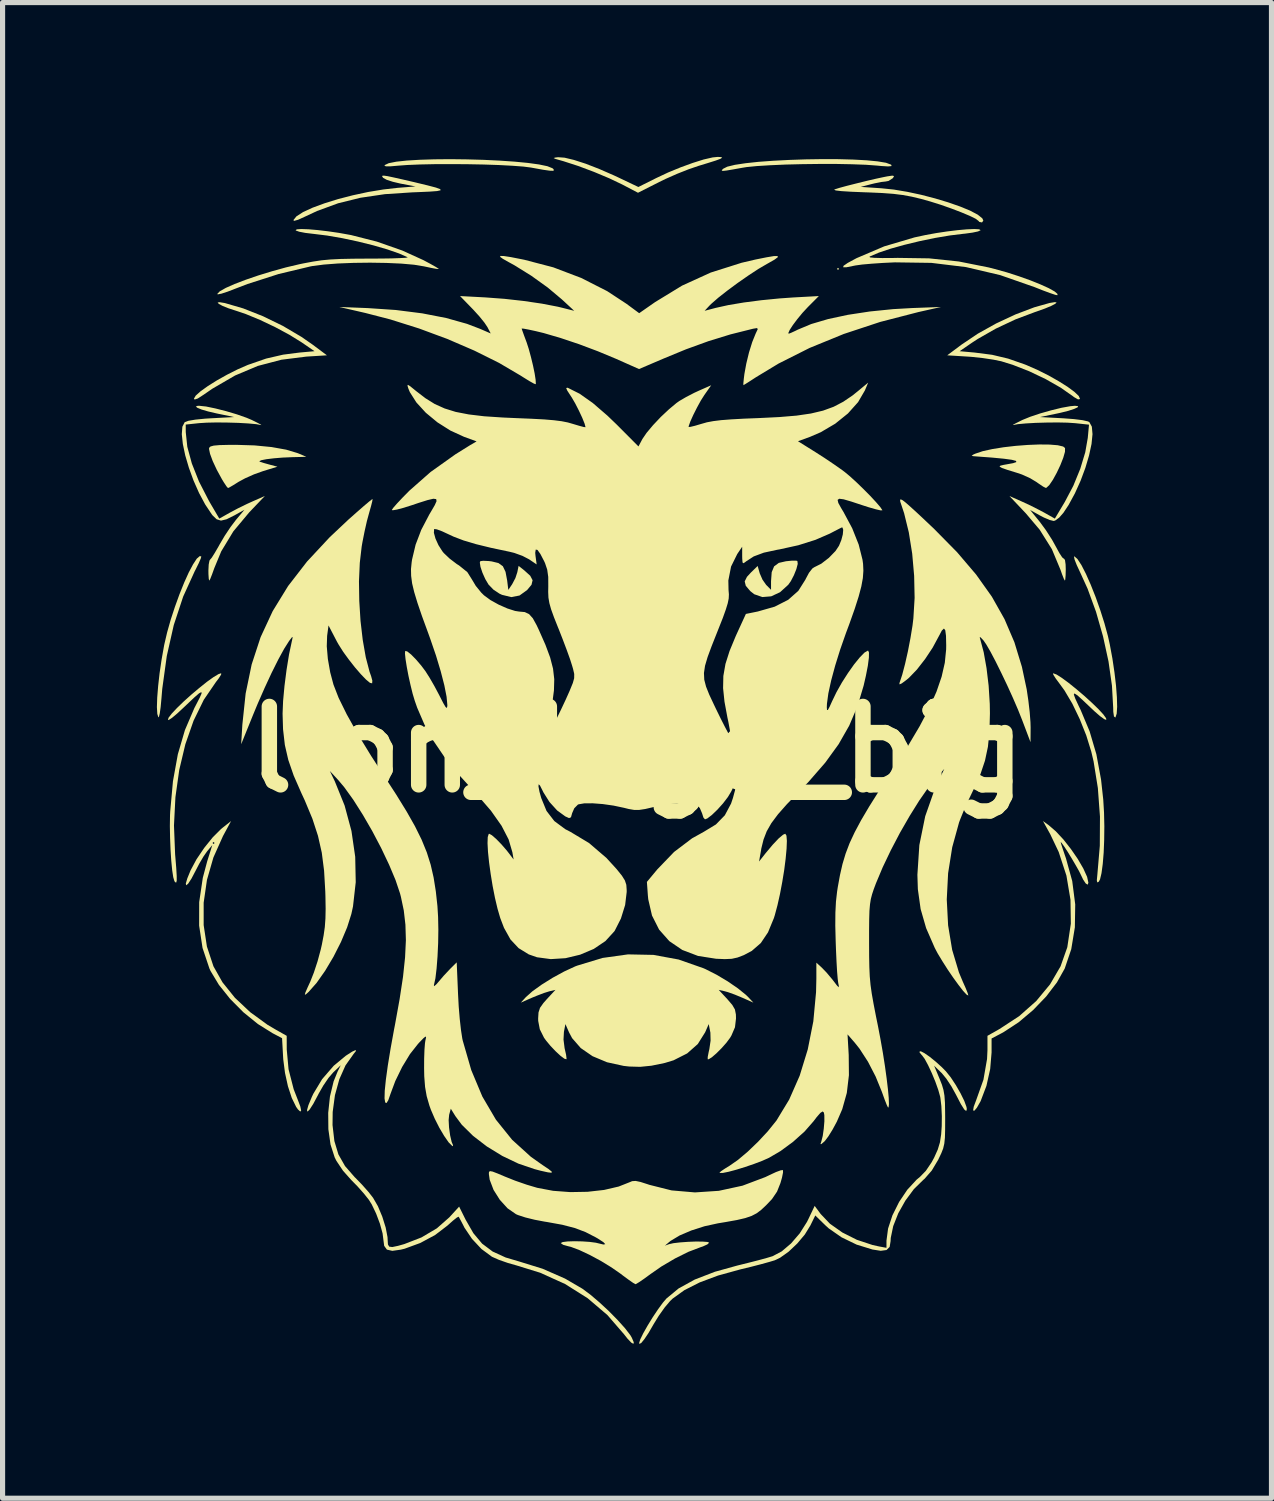
<source format=kicad_pcb>
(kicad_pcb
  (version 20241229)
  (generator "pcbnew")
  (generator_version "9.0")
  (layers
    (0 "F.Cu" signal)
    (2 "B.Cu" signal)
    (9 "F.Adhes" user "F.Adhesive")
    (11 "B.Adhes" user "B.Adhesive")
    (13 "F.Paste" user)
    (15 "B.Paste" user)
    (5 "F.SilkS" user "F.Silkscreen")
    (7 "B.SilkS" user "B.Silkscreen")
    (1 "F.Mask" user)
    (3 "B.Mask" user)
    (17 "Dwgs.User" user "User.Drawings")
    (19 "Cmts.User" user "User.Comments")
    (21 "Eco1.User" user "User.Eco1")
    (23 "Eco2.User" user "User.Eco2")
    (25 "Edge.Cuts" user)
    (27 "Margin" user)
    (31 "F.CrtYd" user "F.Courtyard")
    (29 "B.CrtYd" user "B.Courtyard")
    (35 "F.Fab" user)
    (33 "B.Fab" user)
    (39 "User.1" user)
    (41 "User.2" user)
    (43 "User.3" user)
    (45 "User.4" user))
  (footprint "lion_logo_big"
    (layer "F.Cu")
    (at 9.334 11.517)
    (property "Reference" "lion_logo_big" (at 0 0 0) (layer "F.SilkS") (effects (font (size 1.524 1.524) (thickness 0.3))))
    (attr through_hole)
    (fp_poly (pts (xy 3.926 -9.34) (xy 3.906 -9.32) (xy 3.886 -9.34) (xy 3.906 -9.36)) (stroke (width 0) (type solid)) (fill yes) (layer "F.SilkS"))
    (fp_poly (pts (xy 3.095 -3.668) (xy 3.116 -3.662) (xy 3.123 -3.606) (xy 3.097 -3.506) (xy 3.049 -3.386) (xy 2.988 -3.269) (xy 2.939 -3.2) (xy 2.779 -3.055) (xy 2.607 -2.975) (xy 2.435 -2.961) (xy 2.277 -3.016) (xy 2.2 -3.077) (xy 2.113 -3.18) (xy 2.092 -3.265) (xy 2.136 -3.354) (xy 2.213 -3.438) (xy 2.344 -3.565) (xy 2.384 -3.423) (xy 2.438 -3.299) (xy 2.511 -3.195) (xy 2.515 -3.192) (xy 2.604 -3.102) (xy 2.604 -3.269) (xy 2.617 -3.445) (xy 2.664 -3.558) (xy 2.755 -3.625) (xy 2.894 -3.657) (xy 3.013 -3.669)) (stroke (width 0) (type solid)) (fill yes) (layer "F.SilkS"))
    (fp_poly (pts (xy -2.885 -3.661) (xy -2.827 -3.654) (xy -2.695 -3.622) (xy -2.609 -3.56) (xy -2.557 -3.451) (xy -2.525 -3.28) (xy -2.503 -3.1) (xy -2.428 -3.211) (xy -2.365 -3.331) (xy -2.328 -3.444) (xy -2.303 -3.567) (xy -2.193 -3.48) (xy -2.077 -3.375) (xy -2.031 -3.288) (xy -2.052 -3.2) (xy -2.137 -3.098) (xy -2.285 -2.991) (xy -2.445 -2.96) (xy -2.625 -3.004) (xy -2.675 -3.027) (xy -2.791 -3.104) (xy -2.886 -3.202) (xy -2.887 -3.203) (xy -2.951 -3.311) (xy -3.006 -3.434) (xy -3.044 -3.548) (xy -3.057 -3.631) (xy -3.047 -3.659) (xy -2.99 -3.666)) (stroke (width 0) (type solid)) (fill yes) (layer "F.SilkS"))
    (fp_poly (pts (xy 8.561 -3.699) (xy 8.638 -3.582) (xy 8.725 -3.412) (xy 8.818 -3.202) (xy 8.913 -2.963) (xy 9.003 -2.709) (xy 9.085 -2.451) (xy 9.153 -2.202) (xy 9.189 -2.04) (xy 9.24 -1.765) (xy 9.28 -1.495) (xy 9.31 -1.24) (xy 9.327 -1.014) (xy 9.332 -0.827) (xy 9.323 -0.694) (xy 9.3 -0.624) (xy 9.295 -0.62) (xy 9.27 -0.64) (xy 9.257 -0.73) (xy 9.255 -0.809) (xy 9.231 -1.239) (xy 9.164 -1.709) (xy 9.058 -2.195) (xy 8.921 -2.675) (xy 8.757 -3.124) (xy 8.613 -3.44) (xy 8.547 -3.582) (xy 8.505 -3.688) (xy 8.493 -3.746) (xy 8.501 -3.752)) (stroke (width 0) (type solid)) (fill yes) (layer "F.SilkS"))
    (fp_poly (pts (xy -8.471 -3.751) (xy -8.481 -3.711) (xy -8.521 -3.619) (xy -8.583 -3.493) (xy -8.597 -3.467) (xy -8.823 -2.971) (xy -9.006 -2.417) (xy -9.142 -1.815) (xy -9.23 -1.177) (xy -9.246 -0.986) (xy -9.261 -0.824) (xy -9.278 -0.701) (xy -9.295 -0.631) (xy -9.305 -0.623) (xy -9.326 -0.689) (xy -9.334 -0.821) (xy -9.328 -1.006) (xy -9.31 -1.23) (xy -9.282 -1.48) (xy -9.243 -1.745) (xy -9.196 -2.009) (xy -9.19 -2.04) (xy -9.135 -2.275) (xy -9.065 -2.523) (xy -8.983 -2.773) (xy -8.895 -3.016) (xy -8.804 -3.242) (xy -8.715 -3.439) (xy -8.631 -3.597) (xy -8.559 -3.707) (xy -8.501 -3.757)) (stroke (width 0) (type solid)) (fill yes) (layer "F.SilkS"))
    (fp_poly (pts (xy -3.312 -11.469) (xy -2.989 -11.46) (xy -2.675 -11.445) (xy -2.383 -11.425) (xy -2.123 -11.4) (xy -1.905 -11.37) (xy -1.743 -11.336) (xy -1.646 -11.297) (xy -1.633 -11.287) (xy -1.614 -11.26) (xy -1.633 -11.247) (xy -1.698 -11.249) (xy -1.82 -11.266) (xy -2.008 -11.3) (xy -2.063 -11.31) (xy -2.211 -11.329) (xy -2.424 -11.345) (xy -2.687 -11.359) (xy -2.984 -11.369) (xy -3.301 -11.375) (xy -3.622 -11.377) (xy -3.933 -11.376) (xy -4.218 -11.37) (xy -4.462 -11.36) (xy -4.627 -11.348) (xy -4.792 -11.334) (xy -4.884 -11.334) (xy -4.911 -11.348) (xy -4.904 -11.359) (xy -4.827 -11.395) (xy -4.68 -11.424) (xy -4.477 -11.446) (xy -4.227 -11.461) (xy -3.942 -11.47) (xy -3.633 -11.473)) (stroke (width 0) (type solid)) (fill yes) (layer "F.SilkS"))
    (fp_poly (pts (xy 1.634 -11.513) (xy 1.654 -11.502) (xy 1.621 -11.48) (xy 1.529 -11.446) (xy 1.37 -11.396) (xy 1.193 -11.342) (xy 1.003 -11.277) (xy 0.778 -11.188) (xy 0.552 -11.088) (xy 0.431 -11.029) (xy 0.018 -10.82) (xy -0.291 -10.982) (xy -0.543 -11.102) (xy -0.839 -11.226) (xy -1.146 -11.341) (xy -1.43 -11.433) (xy -1.482 -11.448) (xy -1.588 -11.478) (xy -1.622 -11.495) (xy -1.591 -11.504) (xy -1.536 -11.511) (xy -1.41 -11.502) (xy -1.227 -11.458) (xy -0.997 -11.384) (xy -0.735 -11.282) (xy -0.451 -11.158) (xy -0.378 -11.124) (xy 0.025 -10.932) (xy 0.375 -11.107) (xy 0.605 -11.215) (xy 0.846 -11.314) (xy 1.082 -11.4) (xy 1.295 -11.467) (xy 1.469 -11.507) (xy 1.568 -11.517)) (stroke (width 0) (type solid)) (fill yes) (layer "F.SilkS"))
    (fp_poly (pts (xy 3.912 -11.473) (xy 4.204 -11.465) (xy 4.463 -11.451) (xy 4.678 -11.43) (xy 4.839 -11.403) (xy 4.933 -11.368) (xy 4.945 -11.359) (xy 4.943 -11.338) (xy 4.879 -11.332) (xy 4.747 -11.34) (xy 4.667 -11.348) (xy 4.45 -11.364) (xy 4.18 -11.374) (xy 3.873 -11.38) (xy 3.544 -11.38) (xy 3.21 -11.376) (xy 2.886 -11.368) (xy 2.587 -11.355) (xy 2.329 -11.339) (xy 2.127 -11.319) (xy 2.053 -11.307) (xy 1.863 -11.273) (xy 1.739 -11.252) (xy 1.671 -11.245) (xy 1.646 -11.249) (xy 1.653 -11.266) (xy 1.674 -11.287) (xy 1.754 -11.327) (xy 1.902 -11.363) (xy 2.108 -11.394) (xy 2.359 -11.421) (xy 2.645 -11.442) (xy 2.955 -11.458) (xy 3.277 -11.469) (xy 3.599 -11.474)) (stroke (width 0) (type solid)) (fill yes) (layer "F.SilkS"))
    (fp_poly (pts (xy -7.437 -5.909) (xy -7.106 -5.877) (xy -6.821 -5.826) (xy -6.596 -5.758) (xy -6.569 -5.747) (xy -6.43 -5.687) (xy -6.711 -5.68) (xy -6.893 -5.672) (xy -7.062 -5.658) (xy -7.202 -5.641) (xy -7.301 -5.622) (xy -7.342 -5.603) (xy -7.332 -5.591) (xy -7.253 -5.566) (xy -7.142 -5.535) (xy -7.131 -5.532) (xy -6.991 -5.495) (xy -7.271 -5.409) (xy -7.447 -5.346) (xy -7.622 -5.268) (xy -7.744 -5.202) (xy -7.851 -5.135) (xy -7.927 -5.091) (xy -7.952 -5.08) (xy -7.98 -5.111) (xy -8.033 -5.191) (xy -8.069 -5.25) (xy -8.169 -5.433) (xy -8.249 -5.604) (xy -8.301 -5.745) (xy -8.321 -5.841) (xy -8.318 -5.863) (xy -8.292 -5.888) (xy -8.229 -5.905) (xy -8.116 -5.915) (xy -7.944 -5.919) (xy -7.797 -5.92)) (stroke (width 0) (type solid)) (fill yes) (layer "F.SilkS"))
    (fp_poly (pts (xy -4.851 -11.143) (xy -4.733 -11.118) (xy -4.555 -11.078) (xy -4.31 -11.021) (xy -4.307 -11.02) (xy -4.071 -10.963) (xy -3.911 -10.921) (xy -3.826 -10.89) (xy -3.819 -10.868) (xy -3.888 -10.853) (xy -4.036 -10.842) (xy -4.263 -10.832) (xy -4.367 -10.828) (xy -4.9 -10.793) (xy -5.376 -10.723) (xy -5.81 -10.616) (xy -6.219 -10.466) (xy -6.464 -10.352) (xy -6.59 -10.295) (xy -6.665 -10.274) (xy -6.682 -10.287) (xy -6.621 -10.362) (xy -6.492 -10.445) (xy -6.307 -10.53) (xy -6.076 -10.615) (xy -5.812 -10.697) (xy -5.526 -10.771) (xy -5.228 -10.835) (xy -4.931 -10.884) (xy -4.66 -10.915) (xy -4.307 -10.943) (xy -4.598 -10.998) (xy -4.747 -11.033) (xy -4.867 -11.072) (xy -4.935 -11.109) (xy -4.937 -11.112) (xy -4.955 -11.136) (xy -4.953 -11.15) (xy -4.922 -11.153)) (stroke (width 0) (type solid)) (fill yes) (layer "F.SilkS"))
    (fp_poly (pts (xy -8.018 -8.677) (xy -8.013 -8.676) (xy -7.656 -8.572) (xy -7.272 -8.42) (xy -6.886 -8.232) (xy -6.525 -8.019) (xy -6.31 -7.87) (xy -6.029 -7.66) (xy -6.43 -7.635) (xy -6.915 -7.574) (xy -7.372 -7.454) (xy -7.814 -7.268) (xy -8.256 -7.011) (xy -8.423 -6.896) (xy -8.539 -6.821) (xy -8.601 -6.8) (xy -8.614 -6.818) (xy -8.579 -6.877) (xy -8.485 -6.961) (xy -8.344 -7.062) (xy -8.169 -7.172) (xy -7.973 -7.282) (xy -7.769 -7.385) (xy -7.57 -7.472) (xy -7.554 -7.478) (xy -7.21 -7.597) (xy -6.88 -7.673) (xy -6.56 -7.714) (xy -6.27 -7.74) (xy -6.519 -7.911) (xy -6.756 -8.058) (xy -7.035 -8.208) (xy -7.327 -8.347) (xy -7.605 -8.462) (xy -7.792 -8.525) (xy -7.942 -8.574) (xy -8.057 -8.62) (xy -8.131 -8.66) (xy -8.154 -8.686) (xy -8.119 -8.693)) (stroke (width 0) (type solid)) (fill yes) (layer "F.SilkS"))
    (fp_poly (pts (xy 8.019 -5.925) (xy 8.178 -5.912) (xy 8.283 -5.887) (xy 8.319 -5.858) (xy 8.318 -5.785) (xy 8.284 -5.667) (xy 8.228 -5.525) (xy 8.158 -5.377) (xy 8.084 -5.242) (xy 8.014 -5.139) (xy 7.958 -5.086) (xy 7.943 -5.083) (xy 7.895 -5.107) (xy 7.81 -5.164) (xy 7.765 -5.196) (xy 7.641 -5.271) (xy 7.482 -5.343) (xy 7.384 -5.376) (xy 7.202 -5.432) (xy 7.092 -5.47) (xy 7.046 -5.496) (xy 7.061 -5.515) (xy 7.129 -5.531) (xy 7.181 -5.54) (xy 7.311 -5.564) (xy 7.373 -5.586) (xy 7.365 -5.608) (xy 7.285 -5.629) (xy 7.131 -5.65) (xy 6.901 -5.672) (xy 6.63 -5.692) (xy 6.531 -5.7) (xy 6.504 -5.711) (xy 6.542 -5.734) (xy 6.577 -5.749) (xy 6.72 -5.797) (xy 6.907 -5.838) (xy 7.125 -5.873) (xy 7.359 -5.9) (xy 7.595 -5.918) (xy 7.82 -5.927)) (stroke (width 0) (type solid)) (fill yes) (layer "F.SilkS"))
    (fp_poly (pts (xy 8.155 -8.688) (xy 8.13 -8.662) (xy 8.052 -8.621) (xy 7.927 -8.569) (xy 7.762 -8.51) (xy 7.732 -8.5) (xy 7.357 -8.359) (xy 6.974 -8.179) (xy 6.622 -7.978) (xy 6.51 -7.905) (xy 6.27 -7.74) (xy 6.56 -7.714) (xy 6.902 -7.67) (xy 7.213 -7.596) (xy 7.537 -7.483) (xy 7.572 -7.469) (xy 7.786 -7.375) (xy 7.998 -7.269) (xy 8.195 -7.157) (xy 8.367 -7.049) (xy 8.501 -6.95) (xy 8.586 -6.869) (xy 8.61 -6.813) (xy 8.609 -6.81) (xy 8.572 -6.803) (xy 8.495 -6.847) (xy 8.473 -6.864) (xy 8.235 -7.031) (xy 7.944 -7.197) (xy 7.625 -7.349) (xy 7.303 -7.475) (xy 7.077 -7.545) (xy 6.924 -7.576) (xy 6.724 -7.606) (xy 6.513 -7.629) (xy 6.43 -7.635) (xy 6.029 -7.66) (xy 6.31 -7.87) (xy 6.624 -8.081) (xy 6.981 -8.28) (xy 7.356 -8.455) (xy 7.723 -8.594) (xy 8.017 -8.677) (xy 8.12 -8.694)) (stroke (width 0) (type solid)) (fill yes) (layer "F.SilkS"))
    (fp_poly (pts (xy 4.995 -11.145) (xy 4.977 -11.111) (xy 4.971 -11.103) (xy 4.889 -11.05) (xy 4.833 -11.039) (xy 4.745 -11.029) (xy 4.617 -11.003) (xy 4.547 -10.986) (xy 4.347 -10.934) (xy 4.751 -10.907) (xy 4.991 -10.882) (xy 5.253 -10.838) (xy 5.524 -10.78) (xy 5.793 -10.71) (xy 6.049 -10.633) (xy 6.281 -10.552) (xy 6.475 -10.472) (xy 6.622 -10.394) (xy 6.71 -10.324) (xy 6.731 -10.279) (xy 6.705 -10.243) (xy 6.654 -10.253) (xy 6.633 -10.276) (xy 6.579 -10.316) (xy 6.464 -10.372) (xy 6.302 -10.44) (xy 6.111 -10.513) (xy 5.904 -10.586) (xy 5.697 -10.651) (xy 5.523 -10.7) (xy 5.339 -10.744) (xy 5.165 -10.776) (xy 4.981 -10.799) (xy 4.763 -10.815) (xy 4.492 -10.827) (xy 4.428 -10.829) (xy 4.159 -10.84) (xy 3.97 -10.852) (xy 3.861 -10.865) (xy 3.831 -10.88) (xy 3.842 -10.886) (xy 3.933 -10.915) (xy 4.08 -10.955) (xy 4.262 -11.001) (xy 4.456 -11.049) (xy 4.64 -11.092) (xy 4.794 -11.125) (xy 4.865 -11.139) (xy 4.962 -11.153)) (stroke (width 0) (type solid)) (fill yes) (layer "F.SilkS"))
    (fp_poly (pts (xy 8.152 -1.456) (xy 8.258 -1.389) (xy 8.392 -1.29) (xy 8.541 -1.17) (xy 8.695 -1.039) (xy 8.841 -0.906) (xy 8.968 -0.783) (xy 9.064 -0.679) (xy 9.117 -0.605) (xy 9.121 -0.573) (xy 9.082 -0.587) (xy 9 -0.646) (xy 8.891 -0.741) (xy 8.823 -0.805) (xy 8.664 -0.956) (xy 8.559 -1.051) (xy 8.502 -1.088) (xy 8.49 -1.066) (xy 8.519 -0.985) (xy 8.585 -0.843) (xy 8.622 -0.767) (xy 8.797 -0.35) (xy 8.928 0.095) (xy 9.019 0.586) (xy 9.062 0.978) (xy 9.077 1.231) (xy 9.083 1.496) (xy 9.08 1.76) (xy 9.07 2.008) (xy 9.052 2.228) (xy 9.028 2.406) (xy 8.999 2.528) (xy 8.973 2.574) (xy 8.945 2.586) (xy 8.937 2.543) (xy 8.947 2.437) (xy 8.995 1.875) (xy 8.998 1.306) (xy 8.957 0.751) (xy 8.874 0.234) (xy 8.829 0.043) (xy 8.732 -0.27) (xy 8.605 -0.588) (xy 8.461 -0.888) (xy 8.308 -1.146) (xy 8.218 -1.27) (xy 8.14 -1.375) (xy 8.092 -1.45) (xy 8.085 -1.48) (xy 8.086 -1.48)) (stroke (width 0) (type solid)) (fill yes) (layer "F.SilkS"))
    (fp_poly (pts (xy -8.086 -1.453) (xy -8.131 -1.382) (xy -8.186 -1.31) (xy -8.422 -0.965) (xy -8.621 -0.558) (xy -8.781 -0.1) (xy -8.9 0.4) (xy -8.974 0.929) (xy -9.002 1.479) (xy -8.98 2.039) (xy -8.977 2.076) (xy -8.958 2.305) (xy -8.949 2.461) (xy -8.949 2.554) (xy -8.96 2.591) (xy -8.981 2.579) (xy -8.994 2.56) (xy -9.016 2.486) (xy -9.037 2.348) (xy -9.055 2.163) (xy -9.069 1.948) (xy -9.078 1.718) (xy -9.082 1.49) (xy -9.079 1.28) (xy -9.075 1.204) (xy -9.022 0.619) (xy -8.927 0.095) (xy -8.789 -0.376) (xy -8.606 -0.803) (xy -8.568 -0.876) (xy -8.501 -1.006) (xy -8.466 -1.086) (xy -8.469 -1.114) (xy -8.514 -1.09) (xy -8.604 -1.012) (xy -8.745 -0.879) (xy -8.823 -0.805) (xy -8.942 -0.695) (xy -9.04 -0.613) (xy -9.103 -0.572) (xy -9.118 -0.57) (xy -9.109 -0.613) (xy -9.047 -0.694) (xy -8.945 -0.803) (xy -8.814 -0.93) (xy -8.666 -1.063) (xy -8.512 -1.193) (xy -8.365 -1.311) (xy -8.235 -1.404) (xy -8.135 -1.464) (xy -8.084 -1.48)) (stroke (width 0) (type solid)) (fill yes) (layer "F.SilkS"))
    (fp_poly (pts (xy 6.649 -10.11) (xy 6.678 -10.093) (xy 6.677 -10.091) (xy 6.628 -10.068) (xy 6.519 -10.045) (xy 6.374 -10.025) (xy 6.341 -10.022) (xy 6.08 -9.99) (xy 5.79 -9.941) (xy 5.491 -9.879) (xy 5.198 -9.808) (xy 4.929 -9.733) (xy 4.702 -9.657) (xy 4.535 -9.586) (xy 4.516 -9.575) (xy 4.529 -9.563) (xy 4.614 -9.555) (xy 4.763 -9.551) (xy 4.97 -9.552) (xy 5.064 -9.554) (xy 5.675 -9.545) (xy 6.254 -9.484) (xy 6.836 -9.368) (xy 6.953 -9.338) (xy 7.19 -9.272) (xy 7.425 -9.196) (xy 7.646 -9.117) (xy 7.842 -9.038) (xy 8.003 -8.965) (xy 8.117 -8.901) (xy 8.173 -8.852) (xy 8.17 -8.828) (xy 8.129 -8.836) (xy 8.028 -8.87) (xy 7.885 -8.923) (xy 7.726 -8.986) (xy 7.059 -9.219) (xy 6.394 -9.375) (xy 5.72 -9.457) (xy 5.024 -9.467) (xy 5.008 -9.467) (xy 4.777 -9.456) (xy 4.56 -9.441) (xy 4.377 -9.425) (xy 4.246 -9.407) (xy 4.211 -9.4) (xy 4.071 -9.372) (xy 4.006 -9.372) (xy 4.014 -9.401) (xy 4.096 -9.457) (xy 4.252 -9.541) (xy 4.267 -9.549) (xy 4.804 -9.778) (xy 5.392 -9.952) (xy 5.605 -9.998) (xy 5.814 -10.036) (xy 6.027 -10.068) (xy 6.23 -10.093) (xy 6.411 -10.109) (xy 6.555 -10.115)) (stroke (width 0) (type solid)) (fill yes) (layer "F.SilkS"))
    (fp_poly (pts (xy 8.001 1.473) (xy 8.14 1.593) (xy 8.289 1.753) (xy 8.434 1.938) (xy 8.567 2.131) (xy 8.675 2.317) (xy 8.748 2.478) (xy 8.773 2.592) (xy 8.759 2.63) (xy 8.721 2.606) (xy 8.671 2.531) (xy 8.631 2.447) (xy 8.591 2.366) (xy 8.526 2.251) (xy 8.449 2.12) (xy 8.37 1.991) (xy 8.3 1.884) (xy 8.25 1.815) (xy 8.234 1.8) (xy 8.242 1.835) (xy 8.272 1.927) (xy 8.317 2.061) (xy 8.337 2.118) (xy 8.459 2.561) (xy 8.517 3.013) (xy 8.51 3.459) (xy 8.44 3.884) (xy 8.313 4.26) (xy 8.162 4.529) (xy 7.952 4.804) (xy 7.698 5.068) (xy 7.418 5.304) (xy 7.128 5.494) (xy 7.081 5.52) (xy 6.891 5.62) (xy 6.891 5.892) (xy 6.864 6.214) (xy 6.791 6.541) (xy 6.68 6.833) (xy 6.678 6.838) (xy 6.606 6.965) (xy 6.555 7.025) (xy 6.532 7.018) (xy 6.544 6.946) (xy 6.589 6.826) (xy 6.733 6.421) (xy 6.803 6.019) (xy 6.811 5.848) (xy 6.811 5.568) (xy 7.041 5.438) (xy 7.427 5.186) (xy 7.758 4.893) (xy 8.028 4.567) (xy 8.232 4.217) (xy 8.362 3.849) (xy 8.364 3.84) (xy 8.432 3.388) (xy 8.425 2.923) (xy 8.346 2.454) (xy 8.196 1.995) (xy 8.032 1.65) (xy 7.89 1.393)) (stroke (width 0) (type solid)) (fill yes) (layer "F.SilkS"))
    (fp_poly (pts (xy -8.05 1.686) (xy -8.236 2.102) (xy -8.361 2.537) (xy -8.425 2.98) (xy -8.425 3.416) (xy -8.362 3.832) (xy -8.235 4.216) (xy -8.233 4.22) (xy -8.059 4.528) (xy -7.818 4.828) (xy -7.522 5.107) (xy -7.186 5.352) (xy -7.041 5.438) (xy -6.811 5.568) (xy -6.81 5.834) (xy -6.775 6.218) (xy -6.675 6.607) (xy -6.594 6.815) (xy -6.546 6.942) (xy -6.53 7.02) (xy -6.547 7.041) (xy -6.592 6.999) (xy -6.627 6.95) (xy -6.712 6.777) (xy -6.787 6.548) (xy -6.844 6.289) (xy -6.878 6.025) (xy -6.881 5.977) (xy -6.901 5.614) (xy -7.086 5.517) (xy -7.372 5.338) (xy -7.653 5.11) (xy -7.911 4.85) (xy -8.129 4.577) (xy -8.291 4.308) (xy -8.313 4.26) (xy -8.447 3.86) (xy -8.513 3.426) (xy -8.512 2.969) (xy -8.442 2.498) (xy -8.357 2.178) (xy -8.257 1.86) (xy -8.357 1.98) (xy -8.427 2.08) (xy -8.51 2.221) (xy -8.576 2.348) (xy -8.662 2.512) (xy -8.726 2.61) (xy -8.765 2.642) (xy -8.772 2.608) (xy -8.743 2.508) (xy -8.679 2.351) (xy -8.565 2.138) (xy -8.415 1.916) (xy -8.338 1.82) (xy -8.253 1.82) (xy -8.233 1.84) (xy -8.213 1.82) (xy -8.233 1.8) (xy -8.253 1.82) (xy -8.338 1.82) (xy -8.249 1.71) (xy -8.087 1.548) (xy -8.059 1.525) (xy -7.892 1.393)) (stroke (width 0) (type solid)) (fill yes) (layer "F.SilkS"))
    (fp_poly (pts (xy -6.388 -10.11) (xy -6.211 -10.095) (xy -6.009 -10.071) (xy -5.795 -10.04) (xy -5.584 -10.002) (xy -5.561 -9.998) (xy -5.058 -9.87) (xy -4.564 -9.697) (xy -4.155 -9.511) (xy -4.018 -9.438) (xy -3.914 -9.379) (xy -3.859 -9.344) (xy -3.855 -9.338) (xy -3.897 -9.34) (xy -3.996 -9.358) (xy -4.132 -9.387) (xy -4.147 -9.39) (xy -4.335 -9.421) (xy -4.584 -9.443) (xy -4.875 -9.456) (xy -5.19 -9.461) (xy -5.51 -9.457) (xy -5.817 -9.445) (xy -6.091 -9.424) (xy -6.314 -9.395) (xy -6.35 -9.388) (xy -6.969 -9.24) (xy -7.57 -9.047) (xy -7.805 -8.957) (xy -7.958 -8.898) (xy -8.078 -8.859) (xy -8.149 -8.845) (xy -8.162 -8.852) (xy -8.111 -8.905) (xy -7.994 -8.971) (xy -7.822 -9.047) (xy -7.607 -9.129) (xy -7.362 -9.213) (xy -7.097 -9.294) (xy -6.826 -9.369) (xy -6.559 -9.432) (xy -6.476 -9.449) (xy -6.299 -9.482) (xy -6.134 -9.507) (xy -5.962 -9.523) (xy -5.764 -9.533) (xy -5.522 -9.538) (xy -5.221 -9.54) (xy -4.98 -9.541) (xy -4.772 -9.544) (xy -4.609 -9.55) (xy -4.501 -9.556) (xy -4.459 -9.564) (xy -4.46 -9.566) (xy -4.627 -9.64) (xy -4.855 -9.719) (xy -5.127 -9.798) (xy -5.425 -9.872) (xy -5.73 -9.937) (xy -6.024 -9.988) (xy -6.291 -10.021) (xy -6.3 -10.022) (xy -6.451 -10.04) (xy -6.569 -10.063) (xy -6.633 -10.086) (xy -6.637 -10.091) (xy -6.615 -10.109) (xy -6.528 -10.115)) (stroke (width 0) (type solid)) (fill yes) (layer "F.SilkS"))
    (fp_poly (pts (xy 8.573 -6.672) (xy 8.565 -6.65) (xy 8.499 -6.619) (xy 8.383 -6.581) (xy 8.226 -6.542) (xy 8.171 -6.53) (xy 7.832 -6.46) (xy 8.282 -6.436) (xy 8.495 -6.42) (xy 8.661 -6.399) (xy 8.766 -6.375) (xy 8.792 -6.361) (xy 8.84 -6.273) (xy 8.853 -6.128) (xy 8.834 -5.937) (xy 8.786 -5.714) (xy 8.714 -5.471) (xy 8.621 -5.221) (xy 8.511 -4.977) (xy 8.387 -4.749) (xy 8.287 -4.598) (xy 8.205 -4.505) (xy 8.127 -4.448) (xy 8.098 -4.44) (xy 8.022 -4.459) (xy 7.908 -4.507) (xy 7.831 -4.547) (xy 7.64 -4.654) (xy 7.829 -4.422) (xy 7.948 -4.26) (xy 8.066 -4.076) (xy 8.143 -3.937) (xy 8.209 -3.816) (xy 8.264 -3.732) (xy 8.299 -3.704) (xy 8.301 -3.705) (xy 8.318 -3.68) (xy 8.33 -3.595) (xy 8.333 -3.502) (xy 8.33 -3.381) (xy 8.323 -3.3) (xy 8.316 -3.28) (xy 8.296 -3.315) (xy 8.261 -3.404) (xy 8.231 -3.49) (xy 8.063 -3.892) (xy 7.826 -4.27) (xy 7.557 -4.588) (xy 7.238 -4.925) (xy 7.475 -4.82) (xy 7.644 -4.742) (xy 7.821 -4.652) (xy 7.917 -4.601) (xy 8.121 -4.486) (xy 8.315 -4.811) (xy 8.48 -5.124) (xy 8.615 -5.454) (xy 8.712 -5.775) (xy 8.761 -6.054) (xy 8.785 -6.312) (xy 8.516 -6.341) (xy 8.366 -6.351) (xy 8.174 -6.355) (xy 7.962 -6.353) (xy 7.749 -6.347) (xy 7.556 -6.336) (xy 7.403 -6.322) (xy 7.312 -6.305) (xy 7.305 -6.308) (xy 7.359 -6.338) (xy 7.463 -6.39) (xy 7.489 -6.403) (xy 7.641 -6.465) (xy 7.835 -6.53) (xy 8.046 -6.59) (xy 8.25 -6.64) (xy 8.422 -6.671) (xy 8.511 -6.679)) (stroke (width 0) (type solid)) (fill yes) (layer "F.SilkS"))
    (fp_poly (pts (xy -8.378 -6.665) (xy -8.195 -6.627) (xy -7.987 -6.574) (xy -7.778 -6.512) (xy -7.593 -6.447) (xy -7.489 -6.403) (xy -7.376 -6.347) (xy -7.311 -6.312) (xy -7.305 -6.303) (xy -7.312 -6.305) (xy -7.406 -6.322) (xy -7.56 -6.336) (xy -7.753 -6.347) (xy -7.965 -6.353) (xy -8.176 -6.355) (xy -8.365 -6.351) (xy -8.51 -6.342) (xy -8.774 -6.314) (xy -8.773 -6.167) (xy -8.743 -5.882) (xy -8.655 -5.558) (xy -8.516 -5.207) (xy -8.329 -4.843) (xy -8.301 -4.793) (xy -8.121 -4.486) (xy -7.917 -4.601) (xy -7.761 -4.684) (xy -7.581 -4.772) (xy -7.473 -4.821) (xy -7.235 -4.926) (xy -7.538 -4.609) (xy -7.848 -4.238) (xy -8.083 -3.85) (xy -8.218 -3.524) (xy -8.263 -3.399) (xy -8.298 -3.311) (xy -8.317 -3.28) (xy -8.326 -3.316) (xy -8.332 -3.408) (xy -8.333 -3.477) (xy -8.327 -3.593) (xy -8.312 -3.67) (xy -8.301 -3.687) (xy -8.268 -3.726) (xy -8.21 -3.818) (xy -8.136 -3.945) (xy -8.117 -3.98) (xy -8.017 -4.15) (xy -7.902 -4.323) (xy -7.799 -4.459) (xy -7.632 -4.658) (xy -7.827 -4.549) (xy -7.98 -4.473) (xy -8.088 -4.447) (xy -8.173 -4.473) (xy -8.253 -4.55) (xy -8.269 -4.571) (xy -8.396 -4.762) (xy -8.515 -4.984) (xy -8.622 -5.226) (xy -8.712 -5.473) (xy -8.783 -5.714) (xy -8.83 -5.936) (xy -8.85 -6.126) (xy -8.839 -6.272) (xy -8.794 -6.36) (xy -8.792 -6.361) (xy -8.723 -6.387) (xy -8.586 -6.41) (xy -8.395 -6.429) (xy -8.282 -6.436) (xy -7.832 -6.46) (xy -8.171 -6.53) (xy -8.338 -6.569) (xy -8.468 -6.607) (xy -8.55 -6.641) (xy -8.577 -6.666) (xy -8.538 -6.679) (xy -8.511 -6.679)) (stroke (width 0) (type solid)) (fill yes) (layer "F.SilkS"))
    (fp_poly (pts (xy 0.318 3.995) (xy 0.808 4.085) (xy 1.29 4.254) (xy 1.331 4.272) (xy 1.544 4.38) (xy 1.761 4.509) (xy 1.959 4.645) (xy 2.115 4.771) (xy 2.162 4.817) (xy 2.261 4.923) (xy 2.042 4.826) (xy 1.9 4.767) (xy 1.769 4.72) (xy 1.705 4.702) (xy 1.587 4.675) (xy 1.755 4.856) (xy 1.851 4.968) (xy 1.902 5.056) (xy 1.921 5.153) (xy 1.923 5.231) (xy 1.903 5.402) (xy 1.835 5.56) (xy 1.809 5.605) (xy 1.736 5.703) (xy 1.642 5.809) (xy 1.543 5.908) (xy 1.454 5.985) (xy 1.391 6.024) (xy 1.373 6.024) (xy 1.373 5.98) (xy 1.391 5.886) (xy 1.405 5.826) (xy 1.429 5.661) (xy 1.425 5.506) (xy 1.422 5.491) (xy 1.393 5.34) (xy 1.323 5.5) (xy 1.18 5.728) (xy 0.974 5.91) (xy 0.709 6.044) (xy 0.538 6.096) (xy 0.28 6.149) (xy 0.061 6.171) (xy -0.152 6.165) (xy -0.26 6.153) (xy -0.584 6.082) (xy -0.866 5.964) (xy -1.095 5.806) (xy -1.263 5.613) (xy -1.322 5.502) (xy -1.393 5.34) (xy -1.422 5.491) (xy -1.43 5.641) (xy -1.409 5.808) (xy -1.405 5.826) (xy -1.38 5.936) (xy -1.371 6.009) (xy -1.373 6.024) (xy -1.413 6.013) (xy -1.489 5.956) (xy -1.584 5.868) (xy -1.683 5.764) (xy -1.77 5.659) (xy -1.809 5.605) (xy -1.891 5.441) (xy -1.922 5.278) (xy -1.923 5.231) (xy -1.916 5.114) (xy -1.887 5.024) (xy -1.821 4.931) (xy -1.755 4.856) (xy -1.587 4.675) (xy -1.705 4.703) (xy -1.808 4.735) (xy -1.947 4.788) (xy -2.042 4.827) (xy -2.26 4.923) (xy -2.162 4.816) (xy -2.034 4.702) (xy -1.853 4.572) (xy -1.64 4.439) (xy -1.416 4.317) (xy -1.202 4.218) (xy -1.162 4.203) (xy -0.67 4.054) (xy -0.176 3.985)) (stroke (width 0) (type solid)) (fill yes) (layer "F.SilkS"))
    (fp_poly (pts (xy 2.837 8.225) (xy 2.817 8.325) (xy 2.787 8.43) (xy 2.721 8.596) (xy 2.623 8.741) (xy 2.508 8.862) (xy 2.413 8.951) (xy 2.324 9.018) (xy 2.226 9.069) (xy 2.103 9.111) (xy 1.94 9.149) (xy 1.722 9.188) (xy 1.571 9.213) (xy 1.31 9.27) (xy 1.054 9.352) (xy 0.827 9.449) (xy 0.652 9.554) (xy 0.621 9.579) (xy 0.541 9.647) (xy 0.621 9.618) (xy 0.706 9.599) (xy 0.834 9.584) (xy 0.985 9.573) (xy 1.137 9.567) (xy 1.271 9.568) (xy 1.367 9.575) (xy 1.402 9.589) (xy 1.367 9.622) (xy 1.28 9.662) (xy 1.232 9.678) (xy 1 9.766) (xy 0.738 9.896) (xy 0.473 10.052) (xy 0.263 10.198) (xy 0.137 10.29) (xy 0.036 10.359) (xy -0.024 10.394) (xy -0.032 10.396) (xy -0.075 10.372) (xy -0.164 10.31) (xy -0.282 10.223) (xy -0.318 10.195) (xy -0.499 10.069) (xy -0.707 9.942) (xy -0.921 9.827) (xy -1.121 9.733) (xy -1.286 9.671) (xy -1.344 9.657) (xy -1.436 9.631) (xy -1.481 9.6) (xy -1.482 9.596) (xy -1.446 9.577) (xy -1.351 9.565) (xy -1.218 9.561) (xy -1.068 9.564) (xy -0.922 9.574) (xy -0.801 9.59) (xy -0.764 9.599) (xy -0.654 9.625) (xy -0.618 9.618) (xy -0.655 9.579) (xy -0.764 9.508) (xy -0.808 9.483) (xy -1.003 9.383) (xy -1.211 9.304) (xy -1.454 9.241) (xy -1.752 9.187) (xy -1.798 9.18) (xy -1.988 9.144) (xy -2.171 9.099) (xy -2.315 9.052) (xy -2.354 9.035) (xy -2.518 8.921) (xy -2.668 8.756) (xy -2.79 8.563) (xy -2.865 8.366) (xy -2.881 8.254) (xy -2.879 8.215) (xy -2.86 8.198) (xy -2.809 8.207) (xy -2.712 8.244) (xy -2.57 8.304) (xy -2.37 8.384) (xy -2.145 8.462) (xy -1.943 8.522) (xy -1.939 8.523) (xy -1.632 8.581) (xy -1.299 8.606) (xy -0.963 8.6) (xy -0.642 8.564) (xy -0.358 8.498) (xy -0.158 8.419) (xy -0.095 8.393) (xy -0.027 8.389) (xy 0.068 8.409) (xy 0.211 8.455) (xy 0.237 8.464) (xy 0.67 8.573) (xy 1.125 8.612) (xy 1.589 8.581) (xy 2.05 8.481) (xy 2.493 8.314) (xy 2.578 8.273) (xy 2.701 8.216) (xy 2.794 8.182) (xy 2.836 8.178)) (stroke (width 0) (type solid)) (fill yes) (layer "F.SilkS"))
    (fp_poly (pts (xy -5.464 5.862) (xy -5.516 5.928) (xy -5.517 5.93) (xy -5.668 6.143) (xy -5.788 6.413) (xy -5.873 6.721) (xy -5.917 7.048) (xy -5.92 7.303) (xy -5.884 7.614) (xy -5.806 7.873) (xy -5.677 8.1) (xy -5.488 8.317) (xy -5.476 8.328) (xy -5.347 8.461) (xy -5.221 8.603) (xy -5.132 8.717) (xy -5.038 8.88) (xy -4.953 9.083) (xy -4.887 9.294) (xy -4.851 9.482) (xy -4.848 9.544) (xy -4.843 9.624) (xy -4.818 9.666) (xy -4.758 9.674) (xy -4.648 9.651) (xy -4.524 9.616) (xy -4.191 9.487) (xy -3.892 9.31) (xy -3.65 9.097) (xy -3.459 8.888) (xy -3.334 9.14) (xy -3.182 9.405) (xy -3.012 9.608) (xy -2.808 9.761) (xy -2.555 9.877) (xy -2.298 9.953) (xy -1.836 10.096) (xy -1.401 10.287) (xy -1.063 10.484) (xy -0.906 10.601) (xy -0.729 10.752) (xy -0.548 10.92) (xy -0.378 11.093) (xy -0.234 11.253) (xy -0.131 11.387) (xy -0.102 11.437) (xy -0.064 11.526) (xy -0.071 11.556) (xy -0.114 11.531) (xy -0.187 11.454) (xy -0.253 11.37) (xy -0.577 10.996) (xy -0.962 10.668) (xy -1.399 10.393) (xy -1.882 10.174) (xy -2.338 10.033) (xy -2.516 9.982) (xy -2.685 9.923) (xy -2.814 9.866) (xy -2.828 9.858) (xy -3.025 9.712) (xy -3.209 9.515) (xy -3.356 9.297) (xy -3.368 9.272) (xy -3.422 9.168) (xy -3.46 9.098) (xy -3.47 9.084) (xy -3.504 9.101) (xy -3.579 9.161) (xy -3.68 9.251) (xy -3.685 9.256) (xy -3.926 9.44) (xy -4.214 9.595) (xy -4.517 9.706) (xy -4.594 9.725) (xy -4.758 9.748) (xy -4.863 9.724) (xy -4.916 9.651) (xy -4.928 9.559) (xy -4.947 9.409) (xy -4.999 9.22) (xy -5.073 9.023) (xy -5.158 8.845) (xy -5.213 8.757) (xy -5.309 8.636) (xy -5.436 8.493) (xy -5.556 8.371) (xy -5.716 8.191) (xy -5.845 7.998) (xy -5.878 7.932) (xy -5.959 7.681) (xy -6.001 7.384) (xy -6.004 7.065) (xy -5.97 6.747) (xy -5.899 6.454) (xy -5.821 6.262) (xy -5.76 6.14) (xy -5.907 6.28) (xy -5.998 6.386) (xy -6.1 6.536) (xy -6.192 6.697) (xy -6.199 6.712) (xy -6.295 6.892) (xy -6.366 7.002) (xy -6.407 7.042) (xy -6.416 7.013) (xy -6.389 6.917) (xy -6.321 6.753) (xy -6.292 6.692) (xy -6.122 6.41) (xy -5.897 6.15) (xy -5.663 5.956) (xy -5.539 5.876) (xy -5.472 5.845)) (stroke (width 0) (type solid)) (fill yes) (layer "F.SilkS"))
    (fp_poly (pts (xy 5.586 5.905) (xy 5.687 5.975) (xy 5.802 6.068) (xy 5.919 6.173) (xy 6.003 6.258) (xy 6.097 6.375) (xy 6.195 6.524) (xy 6.287 6.684) (xy 6.36 6.832) (xy 6.403 6.95) (xy 6.41 6.992) (xy 6.398 7.031) (xy 6.36 7) (xy 6.295 6.897) (xy 6.203 6.72) (xy 6.199 6.712) (xy 6.111 6.552) (xy 6.012 6.402) (xy 5.922 6.292) (xy 5.914 6.285) (xy 5.774 6.149) (xy 5.881 6.405) (xy 5.926 6.519) (xy 5.956 6.621) (xy 5.975 6.732) (xy 5.985 6.872) (xy 5.988 7.061) (xy 5.989 7.181) (xy 5.988 7.396) (xy 5.984 7.55) (xy 5.972 7.664) (xy 5.95 7.758) (xy 5.914 7.85) (xy 5.861 7.961) (xy 5.857 7.971) (xy 5.729 8.186) (xy 5.589 8.347) (xy 5.562 8.37) (xy 5.38 8.549) (xy 5.215 8.772) (xy 5.077 9.018) (xy 4.979 9.267) (xy 4.931 9.497) (xy 4.928 9.559) (xy 4.91 9.671) (xy 4.849 9.732) (xy 4.736 9.747) (xy 4.576 9.722) (xy 4.268 9.627) (xy 3.975 9.485) (xy 3.725 9.311) (xy 3.656 9.248) (xy 3.464 9.06) (xy 3.369 9.254) (xy 3.261 9.43) (xy 3.113 9.606) (xy 2.946 9.764) (xy 2.78 9.882) (xy 2.678 9.931) (xy 2.572 9.963) (xy 2.409 10.008) (xy 2.212 10.059) (xy 2.001 10.11) (xy 1.987 10.114) (xy 1.574 10.228) (xy 1.216 10.362) (xy 0.92 10.512) (xy 0.693 10.675) (xy 0.641 10.725) (xy 0.537 10.848) (xy 0.422 11.01) (xy 0.32 11.176) (xy 0.315 11.185) (xy 0.224 11.342) (xy 0.143 11.463) (xy 0.082 11.538) (xy 0.046 11.557) (xy 0.04 11.54) (xy 0.062 11.469) (xy 0.12 11.35) (xy 0.204 11.202) (xy 0.302 11.042) (xy 0.405 10.888) (xy 0.501 10.756) (xy 0.57 10.675) (xy 0.807 10.479) (xy 1.121 10.306) (xy 1.511 10.155) (xy 1.947 10.034) (xy 2.157 9.982) (xy 2.356 9.931) (xy 2.521 9.886) (xy 2.631 9.853) (xy 2.636 9.851) (xy 2.812 9.758) (xy 2.993 9.604) (xy 3.161 9.409) (xy 3.301 9.188) (xy 3.327 9.137) (xy 3.452 8.874) (xy 3.569 9.032) (xy 3.749 9.221) (xy 3.99 9.391) (xy 4.272 9.533) (xy 4.576 9.634) (xy 4.697 9.661) (xy 4.848 9.689) (xy 4.848 9.549) (xy 4.879 9.315) (xy 4.964 9.057) (xy 5.093 8.798) (xy 5.253 8.56) (xy 5.433 8.365) (xy 5.499 8.31) (xy 5.613 8.193) (xy 5.727 8.024) (xy 5.775 7.935) (xy 5.845 7.779) (xy 5.887 7.64) (xy 5.911 7.483) (xy 5.922 7.323) (xy 5.924 7.13) (xy 5.915 6.934) (xy 5.896 6.775) (xy 5.892 6.753) (xy 5.855 6.62) (xy 5.798 6.46) (xy 5.729 6.293) (xy 5.657 6.139) (xy 5.591 6.017) (xy 5.54 5.948) (xy 5.533 5.942) (xy 5.491 5.89) (xy 5.489 5.876) (xy 5.515 5.868)) (stroke (width 0) (type solid)) (fill yes) (layer "F.SilkS"))
    (fp_poly (pts (xy -2.589 -9.59) (xy -2.453 -9.569) (xy -2.244 -9.528) (xy -2.19 -9.517) (xy -1.628 -9.37) (xy -1.086 -9.164) (xy -0.582 -8.908) (xy -0.207 -8.662) (xy 0.041 -8.479) (xy 0.351 -8.695) (xy 0.875 -9.015) (xy 1.432 -9.269) (xy 2.032 -9.459) (xy 2.296 -9.521) (xy 2.515 -9.565) (xy 2.659 -9.589) (xy 2.732 -9.59) (xy 2.736 -9.568) (xy 2.675 -9.522) (xy 2.551 -9.451) (xy 2.524 -9.436) (xy 2.358 -9.339) (xy 2.163 -9.211) (xy 1.956 -9.067) (xy 1.756 -8.919) (xy 1.58 -8.781) (xy 1.447 -8.665) (xy 1.407 -8.626) (xy 1.313 -8.525) (xy 1.528 -8.582) (xy 1.772 -8.636) (xy 2.075 -8.687) (xy 2.414 -8.731) (xy 2.769 -8.766) (xy 3.038 -8.785) (xy 3.533 -8.812) (xy 3.318 -8.596) (xy 3.215 -8.485) (xy 3.115 -8.364) (xy 3.029 -8.249) (xy 2.967 -8.154) (xy 2.94 -8.093) (xy 2.948 -8.08) (xy 2.993 -8.097) (xy 3.082 -8.138) (xy 3.124 -8.159) (xy 3.385 -8.268) (xy 3.714 -8.365) (xy 4.097 -8.447) (xy 4.523 -8.512) (xy 4.978 -8.558) (xy 5.348 -8.579) (xy 5.909 -8.6) (xy 5.469 -8.501) (xy 4.726 -8.309) (xy 4.018 -8.075) (xy 3.355 -7.804) (xy 2.749 -7.499) (xy 2.311 -7.234) (xy 2.194 -7.158) (xy 2.107 -7.103) (xy 2.068 -7.08) (xy 2.067 -7.08) (xy 2.066 -7.116) (xy 2.075 -7.208) (xy 2.086 -7.296) (xy 2.123 -7.499) (xy 2.176 -7.717) (xy 2.239 -7.919) (xy 2.302 -8.075) (xy 2.309 -8.091) (xy 2.345 -8.167) (xy 2.333 -8.19) (xy 2.261 -8.178) (xy 2.255 -8.177) (xy 1.816 -8.067) (xy 1.39 -7.936) (xy 0.949 -7.776) (xy 0.515 -7.597) (xy 0.038 -7.393) (xy -0.412 -7.593) (xy -0.76 -7.738) (xy -1.127 -7.876) (xy -1.488 -7.997) (xy -1.816 -8.093) (xy -1.973 -8.131) (xy -2.107 -8.16) (xy -2.204 -8.178) (xy -2.243 -8.181) (xy -2.244 -8.181) (xy -2.231 -8.141) (xy -2.197 -8.046) (xy -2.149 -7.917) (xy -2.148 -7.915) (xy -2.106 -7.785) (xy -2.063 -7.627) (xy -2.023 -7.462) (xy -1.991 -7.307) (xy -1.972 -7.183) (xy -1.968 -7.109) (xy -1.972 -7.098) (xy -2.009 -7.112) (xy -2.096 -7.161) (xy -2.217 -7.236) (xy -2.264 -7.266) (xy -2.682 -7.512) (xy -3.162 -7.751) (xy -3.686 -7.977) (xy -4.236 -8.181) (xy -4.794 -8.357) (xy -5.281 -8.483) (xy -5.789 -8.6) (xy -5.236 -8.578) (xy -4.689 -8.541) (xy -4.177 -8.476) (xy -3.713 -8.386) (xy -3.307 -8.272) (xy -3.055 -8.176) (xy -2.845 -8.085) (xy -2.909 -8.208) (xy -2.967 -8.295) (xy -3.064 -8.415) (xy -3.181 -8.544) (xy -3.207 -8.571) (xy -3.441 -8.812) (xy -2.952 -8.786) (xy -2.577 -8.758) (xy -2.2 -8.716) (xy -1.847 -8.664) (xy -1.541 -8.605) (xy -1.45 -8.583) (xy -1.222 -8.525) (xy -1.462 -8.747) (xy -1.736 -8.977) (xy -2.055 -9.206) (xy -2.385 -9.411) (xy -2.5 -9.474) (xy -2.608 -9.535) (xy -2.662 -9.574) (xy -2.657 -9.592)) (stroke (width 0) (type solid)) (fill yes) (layer "F.SilkS"))
    (fp_poly (pts (xy -5.147 -4.826) (xy -5.171 -4.73) (xy -5.208 -4.599) (xy -5.251 -4.441) (xy -5.297 -4.238) (xy -5.339 -4.026) (xy -5.353 -3.945) (xy -5.39 -3.627) (xy -5.406 -3.267) (xy -5.4 -2.884) (xy -5.376 -2.498) (xy -5.333 -2.128) (xy -5.274 -1.791) (xy -5.2 -1.508) (xy -5.17 -1.424) (xy -5.146 -1.336) (xy -5.15 -1.285) (xy -5.151 -1.284) (xy -5.193 -1.294) (xy -5.27 -1.358) (xy -5.37 -1.462) (xy -5.484 -1.594) (xy -5.601 -1.743) (xy -5.711 -1.894) (xy -5.801 -2.036) (xy -5.834 -2.094) (xy -5.998 -2.409) (xy -6.025 -2.207) (xy -6.032 -2.004) (xy -6.011 -1.758) (xy -5.965 -1.497) (xy -5.902 -1.26) (xy -5.801 -1) (xy -5.645 -0.683) (xy -5.435 -0.307) (xy -5.17 0.126) (xy -4.928 0.5) (xy -4.682 0.879) (xy -4.48 1.207) (xy -4.317 1.495) (xy -4.188 1.756) (xy -4.088 2.001) (xy -4.012 2.242) (xy -3.955 2.491) (xy -3.912 2.761) (xy -3.881 3.045) (xy -3.868 3.258) (xy -3.863 3.505) (xy -3.867 3.766) (xy -3.879 4.023) (xy -3.897 4.257) (xy -3.92 4.45) (xy -3.949 4.582) (xy -3.95 4.586) (xy -3.943 4.603) (xy -3.899 4.564) (xy -3.861 4.52) (xy -3.757 4.398) (xy -3.645 4.279) (xy -3.627 4.26) (xy -3.506 4.14) (xy -3.48 4.76) (xy -3.467 5.002) (xy -3.447 5.241) (xy -3.423 5.455) (xy -3.398 5.619) (xy -3.389 5.66) (xy -3.223 6.235) (xy -3.008 6.748) (xy -2.744 7.198) (xy -2.429 7.589) (xy -2.064 7.92) (xy -1.839 8.079) (xy -1.718 8.16) (xy -1.658 8.209) (xy -1.662 8.23) (xy -1.734 8.222) (xy -1.877 8.19) (xy -1.994 8.159) (xy -2.306 8.053) (xy -2.62 7.903) (xy -2.92 7.719) (xy -3.188 7.513) (xy -3.407 7.297) (xy -3.532 7.129) (xy -3.621 6.985) (xy -3.653 7.103) (xy -3.663 7.206) (xy -3.655 7.351) (xy -3.634 7.504) (xy -3.604 7.632) (xy -3.58 7.688) (xy -3.578 7.714) (xy -3.596 7.706) (xy -3.664 7.638) (xy -3.75 7.514) (xy -3.844 7.355) (xy -3.933 7.179) (xy -4.008 7.005) (xy -4.037 6.924) (xy -4.09 6.74) (xy -4.121 6.562) (xy -4.137 6.356) (xy -4.14 6.2) (xy -4.139 6.011) (xy -4.133 5.84) (xy -4.123 5.711) (xy -4.115 5.66) (xy -4.102 5.598) (xy -4.11 5.581) (xy -4.15 5.612) (xy -4.231 5.695) (xy -4.259 5.726) (xy -4.415 5.924) (xy -4.567 6.174) (xy -4.7 6.447) (xy -4.791 6.691) (xy -4.836 6.82) (xy -4.871 6.875) (xy -4.896 6.864) (xy -4.909 6.785) (xy -4.905 6.635) (xy -4.883 6.419) (xy -4.845 6.143) (xy -4.791 5.813) (xy -4.722 5.434) (xy -4.706 5.353) (xy -4.616 4.855) (xy -4.55 4.422) (xy -4.51 4.044) (xy -4.494 3.71) (xy -4.503 3.409) (xy -4.535 3.131) (xy -4.591 2.865) (xy -4.608 2.8) (xy -4.695 2.541) (xy -4.821 2.241) (xy -4.975 1.917) (xy -5.148 1.588) (xy -5.332 1.27) (xy -5.516 0.98) (xy -5.691 0.737) (xy -5.806 0.6) (xy -5.972 0.42) (xy -5.876 0.62) (xy -5.685 1.092) (xy -5.552 1.586) (xy -5.479 2.089) (xy -5.469 2.583) (xy -5.522 3.053) (xy -5.554 3.2) (xy -5.636 3.459) (xy -5.756 3.744) (xy -5.902 4.032) (xy -6.064 4.304) (xy -6.23 4.54) (xy -6.388 4.718) (xy -6.392 4.721) (xy -6.439 4.763) (xy -6.458 4.769) (xy -6.449 4.73) (xy -6.408 4.635) (xy -6.353 4.516) (xy -6.283 4.339) (xy -6.211 4.12) (xy -6.15 3.894) (xy -6.128 3.798) (xy -6.093 3.615) (xy -6.07 3.453) (xy -6.058 3.289) (xy -6.054 3.099) (xy -6.058 2.86) (xy -6.061 2.76) (xy -6.084 2.359) (xy -6.129 2.008) (xy -6.203 1.68) (xy -6.311 1.349) (xy -6.46 0.991) (xy -6.526 0.849) (xy -6.675 0.509) (xy -6.78 0.205) (xy -6.847 -0.086) (xy -6.882 -0.392) (xy -6.891 -0.694) (xy -6.881 -0.94) (xy -6.854 -1.233) (xy -6.814 -1.545) (xy -6.765 -1.848) (xy -6.709 -2.112) (xy -6.707 -2.12) (xy -6.695 -2.18) (xy -6.707 -2.182) (xy -6.754 -2.121) (xy -6.769 -2.1) (xy -6.862 -1.953) (xy -6.976 -1.744) (xy -7.104 -1.488) (xy -7.239 -1.197) (xy -7.375 -0.887) (xy -7.461 -0.68) (xy -7.696 -0.1) (xy -7.673 -0.48) (xy -7.609 -1.086) (xy -7.492 -1.651) (xy -7.318 -2.182) (xy -7.083 -2.688) (xy -6.784 -3.175) (xy -6.415 -3.652) (xy -5.974 -4.125) (xy -5.613 -4.465) (xy -5.454 -4.606) (xy -5.318 -4.725) (xy -5.214 -4.813) (xy -5.153 -4.861) (xy -5.142 -4.867)) (stroke (width 0) (type solid)) (fill yes) (layer "F.SilkS"))
    (fp_poly (pts (xy 5.139 -4.855) (xy 5.162 -4.843) (xy 5.212 -4.805) (xy 5.309 -4.72) (xy 5.443 -4.598) (xy 5.603 -4.448) (xy 5.78 -4.28) (xy 5.782 -4.278) (xy 6.222 -3.831) (xy 6.591 -3.398) (xy 6.896 -2.969) (xy 7.142 -2.533) (xy 7.335 -2.082) (xy 7.481 -1.603) (xy 7.574 -1.166) (xy 7.606 -0.948) (xy 7.632 -0.725) (xy 7.647 -0.528) (xy 7.65 -0.426) (xy 7.648 -0.14) (xy 7.489 -0.56) (xy 7.406 -0.769) (xy 7.305 -1.003) (xy 7.194 -1.247) (xy 7.08 -1.486) (xy 6.97 -1.708) (xy 6.87 -1.898) (xy 6.787 -2.041) (xy 6.732 -2.12) (xy 6.675 -2.18) (xy 6.66 -2.179) (xy 6.671 -2.14) (xy 6.738 -1.888) (xy 6.793 -1.579) (xy 6.834 -1.237) (xy 6.856 -0.885) (xy 6.859 -0.7) (xy 6.85 -0.348) (xy 6.82 -0.05) (xy 6.763 0.219) (xy 6.674 0.484) (xy 6.546 0.769) (xy 6.519 0.825) (xy 6.43 1.011) (xy 6.345 1.203) (xy 6.278 1.369) (xy 6.259 1.42) (xy 6.126 1.903) (xy 6.046 2.408) (xy 6.02 2.918) (xy 6.046 3.42) (xy 6.125 3.897) (xy 6.256 4.334) (xy 6.332 4.516) (xy 6.389 4.644) (xy 6.427 4.739) (xy 6.439 4.784) (xy 6.439 4.785) (xy 6.405 4.767) (xy 6.338 4.695) (xy 6.249 4.58) (xy 6.145 4.437) (xy 6.036 4.277) (xy 5.933 4.115) (xy 5.842 3.964) (xy 5.787 3.86) (xy 5.619 3.475) (xy 5.512 3.104) (xy 5.458 2.719) (xy 5.449 2.438) (xy 5.487 1.86) (xy 5.601 1.3) (xy 5.788 0.767) (xy 5.865 0.6) (xy 5.972 0.38) (xy 5.825 0.54) (xy 5.664 0.738) (xy 5.485 0.995) (xy 5.298 1.295) (xy 5.11 1.622) (xy 4.933 1.96) (xy 4.774 2.293) (xy 4.643 2.605) (xy 4.6 2.72) (xy 4.568 2.817) (xy 4.544 2.909) (xy 4.528 3.011) (xy 4.517 3.136) (xy 4.512 3.301) (xy 4.51 3.518) (xy 4.51 3.76) (xy 4.511 4.024) (xy 4.515 4.234) (xy 4.523 4.412) (xy 4.538 4.577) (xy 4.562 4.748) (xy 4.597 4.946) (xy 4.644 5.189) (xy 4.683 5.38) (xy 4.732 5.637) (xy 4.778 5.899) (xy 4.818 6.155) (xy 4.851 6.394) (xy 4.876 6.604) (xy 4.892 6.776) (xy 4.896 6.897) (xy 4.889 6.958) (xy 4.877 6.96) (xy 4.855 6.915) (xy 4.815 6.814) (xy 4.766 6.678) (xy 4.757 6.653) (xy 4.637 6.359) (xy 4.488 6.071) (xy 4.324 5.818) (xy 4.23 5.7) (xy 4.091 5.54) (xy 4.114 5.94) (xy 4.118 6.333) (xy 4.077 6.678) (xy 3.988 6.995) (xy 3.883 7.237) (xy 3.801 7.389) (xy 3.72 7.52) (xy 3.654 7.608) (xy 3.64 7.623) (xy 3.579 7.674) (xy 3.565 7.672) (xy 3.582 7.62) (xy 3.609 7.514) (xy 3.629 7.374) (xy 3.641 7.229) (xy 3.64 7.11) (xy 3.631 7.059) (xy 3.607 7.038) (xy 3.563 7.066) (xy 3.49 7.15) (xy 3.431 7.228) (xy 3.257 7.427) (xy 3.033 7.628) (xy 2.787 7.809) (xy 2.565 7.939) (xy 2.433 7.998) (xy 2.272 8.059) (xy 2.099 8.118) (xy 1.931 8.17) (xy 1.782 8.21) (xy 1.669 8.233) (xy 1.608 8.234) (xy 1.603 8.227) (xy 1.634 8.198) (xy 1.716 8.144) (xy 1.793 8.097) (xy 1.96 7.981) (xy 2.153 7.818) (xy 2.353 7.626) (xy 2.541 7.424) (xy 2.698 7.229) (xy 2.71 7.214) (xy 2.957 6.807) (xy 3.161 6.343) (xy 3.318 5.832) (xy 3.426 5.287) (xy 3.479 4.719) (xy 3.485 4.455) (xy 3.485 4.146) (xy 3.591 4.243) (xy 3.681 4.336) (xy 3.782 4.456) (xy 3.817 4.5) (xy 3.887 4.592) (xy 3.919 4.624) (xy 3.922 4.599) (xy 3.91 4.54) (xy 3.9 4.461) (xy 3.888 4.317) (xy 3.877 4.127) (xy 3.867 3.905) (xy 3.861 3.74) (xy 3.853 3.427) (xy 3.855 3.174) (xy 3.866 2.96) (xy 3.888 2.765) (xy 3.901 2.68) (xy 3.944 2.444) (xy 3.993 2.229) (xy 4.054 2.026) (xy 4.131 1.823) (xy 4.23 1.611) (xy 4.355 1.377) (xy 4.512 1.111) (xy 4.705 0.804) (xy 4.94 0.443) (xy 4.968 0.4) (xy 5.255 -0.049) (xy 5.491 -0.447) (xy 5.678 -0.801) (xy 5.82 -1.121) (xy 5.92 -1.413) (xy 5.982 -1.684) (xy 6.008 -1.944) (xy 6.009 -2.023) (xy 6.005 -2.208) (xy 5.991 -2.315) (xy 5.965 -2.349) (xy 5.924 -2.31) (xy 5.867 -2.202) (xy 5.863 -2.195) (xy 5.746 -1.978) (xy 5.599 -1.756) (xy 5.44 -1.552) (xy 5.286 -1.392) (xy 5.241 -1.354) (xy 5.146 -1.283) (xy 5.102 -1.263) (xy 5.1 -1.289) (xy 5.104 -1.3) (xy 5.155 -1.454) (xy 5.21 -1.664) (xy 5.265 -1.908) (xy 5.314 -2.163) (xy 5.354 -2.407) (xy 5.371 -2.547) (xy 5.395 -2.944) (xy 5.386 -3.372) (xy 5.348 -3.805) (xy 5.282 -4.219) (xy 5.191 -4.59) (xy 5.15 -4.714) (xy 5.116 -4.815) (xy 5.112 -4.857)) (stroke (width 0) (type solid)) (fill yes) (layer "F.SilkS"))
    (fp_poly (pts (xy 4.428 -6.977) (xy 4.296 -6.75) (xy 4.099 -6.53) (xy 3.852 -6.331) (xy 3.57 -6.165) (xy 3.364 -6.076) (xy 3.128 -5.99) (xy 3.477 -5.772) (xy 3.654 -5.658) (xy 3.832 -5.538) (xy 3.984 -5.431) (xy 4.035 -5.393) (xy 4.141 -5.305) (xy 4.268 -5.189) (xy 4.403 -5.058) (xy 4.533 -4.927) (xy 4.645 -4.806) (xy 4.727 -4.711) (xy 4.766 -4.653) (xy 4.768 -4.647) (xy 4.732 -4.646) (xy 4.637 -4.668) (xy 4.498 -4.708) (xy 4.377 -4.747) (xy 4.162 -4.818) (xy 4.015 -4.861) (xy 3.93 -4.872) (xy 3.898 -4.85) (xy 3.912 -4.79) (xy 3.966 -4.692) (xy 4.013 -4.614) (xy 4.182 -4.298) (xy 4.308 -3.981) (xy 4.382 -3.686) (xy 4.393 -3.606) (xy 4.399 -3.473) (xy 4.389 -3.331) (xy 4.359 -3.167) (xy 4.307 -2.971) (xy 4.23 -2.73) (xy 4.125 -2.434) (xy 4.06 -2.26) (xy 3.948 -1.94) (xy 3.851 -1.629) (xy 3.773 -1.34) (xy 3.718 -1.088) (xy 3.691 -0.889) (xy 3.688 -0.82) (xy 3.692 -0.765) (xy 3.708 -0.765) (xy 3.741 -0.825) (xy 3.792 -0.938) (xy 3.877 -1.114) (xy 3.982 -1.3) (xy 4.099 -1.483) (xy 4.217 -1.65) (xy 4.328 -1.787) (xy 4.421 -1.882) (xy 4.487 -1.92) (xy 4.491 -1.92) (xy 4.508 -1.883) (xy 4.506 -1.782) (xy 4.486 -1.627) (xy 4.448 -1.431) (xy 4.404 -1.239) (xy 4.284 -0.837) (xy 4.124 -0.462) (xy 3.918 -0.101) (xy 3.657 0.259) (xy 3.334 0.63) (xy 3.139 0.832) (xy 2.912 1.066) (xy 2.739 1.262) (xy 2.611 1.433) (xy 2.52 1.592) (xy 2.458 1.753) (xy 2.415 1.927) (xy 2.41 1.96) (xy 2.371 2.18) (xy 2.497 2.02) (xy 2.634 1.856) (xy 2.751 1.732) (xy 2.839 1.658) (xy 2.881 1.64) (xy 2.904 1.677) (xy 2.912 1.779) (xy 2.906 1.933) (xy 2.888 2.126) (xy 2.86 2.345) (xy 2.822 2.578) (xy 2.778 2.811) (xy 2.729 3.03) (xy 2.677 3.224) (xy 2.659 3.281) (xy 2.545 3.557) (xy 2.405 3.765) (xy 2.229 3.918) (xy 2.076 3.999) (xy 1.953 4.046) (xy 1.84 4.071) (xy 1.706 4.077) (xy 1.535 4.07) (xy 1.184 4.015) (xy 0.879 3.899) (xy 0.626 3.727) (xy 0.428 3.503) (xy 0.29 3.23) (xy 0.217 2.914) (xy 0.21 2.842) (xy 0.191 2.576) (xy 0.392 2.334) (xy 0.719 1.994) (xy 1.069 1.729) (xy 1.294 1.604) (xy 1.533 1.459) (xy 1.706 1.281) (xy 1.827 1.053) (xy 1.863 0.946) (xy 1.905 0.791) (xy 1.92 0.702) (xy 1.909 0.682) (xy 1.872 0.734) (xy 1.828 0.822) (xy 1.764 0.928) (xy 1.67 1.051) (xy 1.561 1.172) (xy 1.454 1.275) (xy 1.365 1.343) (xy 1.32 1.36) (xy 1.29 1.326) (xy 1.263 1.242) (xy 1.262 1.24) (xy 1.22 1.141) (xy 1.161 1.08) (xy 1.044 1.049) (xy 0.868 1.043) (xy 0.65 1.061) (xy 0.408 1.102) (xy 0.327 1.12) (xy 0.159 1.159) (xy 0.041 1.177) (xy -0.057 1.177) (xy -0.162 1.159) (xy -0.254 1.136) (xy -0.457 1.093) (xy -0.667 1.063) (xy -0.864 1.048) (xy -1.027 1.049) (xy -1.137 1.068) (xy -1.151 1.074) (xy -1.221 1.145) (xy -1.262 1.239) (xy -1.285 1.32) (xy -1.322 1.336) (xy -1.395 1.303) (xy -1.553 1.188) (xy -1.703 1.023) (xy -1.821 0.835) (xy -1.838 0.8) (xy -1.887 0.703) (xy -1.913 0.678) (xy -1.917 0.72) (xy -1.897 0.824) (xy -1.863 0.946) (xy -1.76 1.197) (xy -1.609 1.393) (xy -1.398 1.55) (xy -1.294 1.604) (xy -0.933 1.821) (xy -0.594 2.112) (xy -0.397 2.328) (xy -0.295 2.455) (xy -0.237 2.548) (xy -0.209 2.633) (xy -0.202 2.736) (xy -0.202 2.772) (xy -0.232 3.025) (xy -0.314 3.288) (xy -0.433 3.523) (xy -0.444 3.539) (xy -0.615 3.726) (xy -0.842 3.879) (xy -1.107 3.991) (xy -1.391 4.059) (xy -1.677 4.077) (xy -1.946 4.041) (xy -2.106 3.985) (xy -2.304 3.863) (xy -2.461 3.695) (xy -2.587 3.469) (xy -2.66 3.278) (xy -2.713 3.096) (xy -2.763 2.884) (xy -2.808 2.655) (xy -2.846 2.421) (xy -2.877 2.196) (xy -2.898 1.993) (xy -2.907 1.824) (xy -2.903 1.704) (xy -2.884 1.644) (xy -2.874 1.64) (xy -2.822 1.669) (xy -2.737 1.743) (xy -2.635 1.848) (xy -2.533 1.966) (xy -2.491 2.02) (xy -2.4 2.14) (xy -2.424 2) (xy -2.497 1.751) (xy -2.635 1.484) (xy -2.84 1.193) (xy -3.115 0.875) (xy -3.161 0.826) (xy -3.485 0.47) (xy -3.749 0.142) (xy -3.962 -0.172) (xy -3.989 -0.22) (xy -1.803 -0.22) (xy -1.783 -0.2) (xy -1.763 -0.22) (xy -1.783 -0.24) (xy -1.803 -0.22) (xy -3.989 -0.22) (xy -4.134 -0.484) (xy -4.274 -0.809) (xy -4.322 -0.946) (xy -4.363 -1.083) (xy -4.404 -1.25) (xy -4.444 -1.43) (xy -4.477 -1.604) (xy -4.501 -1.755) (xy -4.512 -1.864) (xy -4.507 -1.914) (xy -4.466 -1.903) (xy -4.391 -1.843) (xy -4.296 -1.746) (xy -4.195 -1.628) (xy -4.114 -1.52) (xy -4.034 -1.394) (xy -3.939 -1.229) (xy -3.848 -1.058) (xy -3.839 -1.04) (xy -3.767 -0.899) (xy -3.722 -0.823) (xy -3.698 -0.805) (xy -3.689 -0.839) (xy -3.688 -0.86) (xy -3.703 -1.023) (xy -3.747 -1.247) (xy -3.817 -1.518) (xy -3.909 -1.824) (xy -4.021 -2.151) (xy -4.064 -2.27) (xy -4.181 -2.59) (xy -4.269 -2.848) (xy -4.332 -3.056) (xy -4.373 -3.227) (xy -4.392 -3.373) (xy -4.395 -3.505) (xy -4.382 -3.636) (xy -4.374 -3.69) (xy -4.305 -3.98) (xy -4.217 -4.21) (xy -3.95 -4.21) (xy -3.919 -4.098) (xy -3.861 -3.97) (xy -3.786 -3.852) (xy -3.758 -3.817) (xy -3.643 -3.708) (xy -3.505 -3.603) (xy -3.46 -3.575) (xy -3.3 -3.446) (xy -3.212 -3.306) (xy -3.136 -3.179) (xy -3.028 -3.046) (xy -2.976 -2.995) (xy -2.851 -2.903) (xy -2.691 -2.814) (xy -2.521 -2.739) (xy -2.371 -2.691) (xy -2.292 -2.679) (xy -2.183 -2.669) (xy -2.1 -2.63) (xy -2.027 -2.549) (xy -1.952 -2.413) (xy -1.911 -2.326) (xy -1.781 -2.032) (xy -1.69 -1.787) (xy -1.634 -1.571) (xy -1.61 -1.364) (xy -1.616 -1.147) (xy -1.648 -0.899) (xy -1.683 -0.711) (xy -1.719 -0.522) (xy -1.743 -0.398) (xy -1.756 -0.325) (xy -1.759 -0.29) (xy -1.755 -0.28) (xy -1.746 -0.28) (xy -1.743 -0.28) (xy -1.718 -0.313) (xy -1.666 -0.402) (xy -1.598 -0.53) (xy -1.568 -0.59) (xy -1.478 -0.774) (xy -1.386 -0.97) (xy -1.311 -1.138) (xy -1.305 -1.153) (xy -1.249 -1.29) (xy -1.223 -1.383) (xy -1.222 -1.465) (xy -1.226 -1.485) (xy 1.3 -1.485) (xy 1.306 -1.354) (xy 1.341 -1.219) (xy 1.403 -1.064) (xy 1.493 -0.872) (xy 1.538 -0.778) (xy 1.63 -0.59) (xy 1.711 -0.431) (xy 1.773 -0.314) (xy 1.81 -0.251) (xy 1.818 -0.244) (xy 1.817 -0.287) (xy 1.801 -0.391) (xy 1.774 -0.536) (xy 1.756 -0.62) (xy 1.699 -0.928) (xy 1.672 -1.19) (xy 1.677 -1.427) (xy 1.718 -1.661) (xy 1.798 -1.913) (xy 1.918 -2.203) (xy 1.965 -2.306) (xy 2.115 -2.633) (xy 2.346 -2.68) (xy 2.675 -2.774) (xy 2.937 -2.907) (xy 3.134 -3.081) (xy 3.272 -3.3) (xy 3.28 -3.317) (xy 3.342 -3.433) (xy 3.407 -3.516) (xy 3.441 -3.539) (xy 3.58 -3.609) (xy 3.728 -3.723) (xy 3.857 -3.856) (xy 3.925 -3.958) (xy 3.97 -4.068) (xy 3.999 -4.178) (xy 4.007 -4.267) (xy 3.993 -4.313) (xy 3.976 -4.313) (xy 3.927 -4.288) (xy 3.83 -4.238) (xy 3.746 -4.194) (xy 3.467 -4.073) (xy 3.134 -3.968) (xy 2.771 -3.888) (xy 2.724 -3.88) (xy 2.464 -3.824) (xy 2.268 -3.751) (xy 2.12 -3.655) (xy 2.113 -3.649) (xy 2.07 -3.618) (xy 2.05 -3.633) (xy 2.044 -3.709) (xy 2.043 -3.763) (xy 2.043 -3.939) (xy 1.947 -3.797) (xy 1.827 -3.554) (xy 1.774 -3.283) (xy 1.778 -3.096) (xy 1.785 -3.013) (xy 1.781 -2.932) (xy 1.762 -2.839) (xy 1.725 -2.718) (xy 1.667 -2.556) (xy 1.581 -2.339) (xy 1.556 -2.276) (xy 1.449 -2.006) (xy 1.371 -1.795) (xy 1.321 -1.626) (xy 1.3 -1.485) (xy -1.226 -1.485) (xy -1.245 -1.566) (xy -1.264 -1.631) (xy -1.304 -1.756) (xy -1.367 -1.931) (xy -1.444 -2.135) (xy -1.526 -2.345) (xy -1.532 -2.358) (xy -1.615 -2.567) (xy -1.671 -2.722) (xy -1.705 -2.843) (xy -1.723 -2.949) (xy -1.728 -3.062) (xy -1.726 -3.165) (xy -1.727 -3.353) (xy -1.747 -3.495) (xy -1.789 -3.62) (xy -1.804 -3.653) (xy -1.88 -3.799) (xy -1.936 -3.877) (xy -1.97 -3.884) (xy -1.98 -3.82) (xy -1.974 -3.759) (xy -1.952 -3.595) (xy -2.1 -3.695) (xy -2.227 -3.761) (xy -2.387 -3.819) (xy -2.476 -3.841) (xy -2.839 -3.918) (xy -3.134 -3.99) (xy -3.372 -4.061) (xy -3.566 -4.135) (xy -3.663 -4.18) (xy -3.792 -4.24) (xy -3.892 -4.277) (xy -3.942 -4.284) (xy -3.945 -4.282) (xy -3.95 -4.21) (xy -4.217 -4.21) (xy -4.197 -4.264) (xy -4.038 -4.568) (xy -4.001 -4.63) (xy -3.933 -4.747) (xy -3.898 -4.825) (xy -3.905 -4.865) (xy -3.96 -4.872) (xy -4.072 -4.846) (xy -4.247 -4.791) (xy -4.377 -4.747) (xy -4.538 -4.696) (xy -4.667 -4.662) (xy -4.748 -4.648) (xy -4.768 -4.653) (xy -4.741 -4.694) (xy -4.667 -4.779) (xy -4.558 -4.895) (xy -4.425 -5.03) (xy -4.417 -5.037) (xy -4.014 -5.392) (xy -3.532 -5.735) (xy -3.253 -5.909) (xy -3.12 -5.987) (xy -3.364 -6.076) (xy -3.628 -6.197) (xy -3.881 -6.357) (xy -4.107 -6.544) (xy -4.29 -6.744) (xy -4.417 -6.944) (xy -4.445 -7.011) (xy -4.463 -7.069) (xy -4.456 -7.087) (xy -4.413 -7.061) (xy -4.323 -6.988) (xy -4.295 -6.965) (xy -4.114 -6.826) (xy -3.934 -6.714) (xy -3.741 -6.627) (xy -3.525 -6.56) (xy -3.272 -6.511) (xy -2.971 -6.475) (xy -2.609 -6.451) (xy -2.364 -6.44) (xy -2.051 -6.427) (xy -1.806 -6.414) (xy -1.616 -6.398) (xy -1.467 -6.379) (xy -1.346 -6.355) (xy -1.252 -6.328) (xy -1.125 -6.29) (xy -1.035 -6.266) (xy -1.002 -6.263) (xy -1.02 -6.331) (xy -1.066 -6.446) (xy -1.131 -6.585) (xy -1.202 -6.724) (xy -1.27 -6.841) (xy -1.29 -6.871) (xy -1.357 -6.974) (xy -1.378 -7.023) (xy -1.357 -7.031) (xy -1.339 -7.025) (xy -1.116 -6.913) (xy -0.861 -6.733) (xy -0.576 -6.487) (xy -0.397 -6.315) (xy 0.027 -5.889) (xy 0.104 -6.034) (xy 0.185 -6.153) (xy 0.31 -6.302) (xy 0.461 -6.462) (xy 0.62 -6.611) (xy 0.766 -6.733) (xy 0.821 -6.772) (xy 0.951 -6.848) (xy 1.111 -6.931) (xy 1.211 -6.977) (xy 1.441 -7.078) (xy 1.308 -6.889) (xy 1.239 -6.78) (xy 1.164 -6.643) (xy 1.092 -6.5) (xy 1.035 -6.373) (xy 1.004 -6.285) (xy 1.002 -6.267) (xy 1.036 -6.269) (xy 1.127 -6.291) (xy 1.252 -6.328) (xy 1.358 -6.358) (xy 1.481 -6.381) (xy 1.634 -6.4) (xy 1.83 -6.415) (xy 2.082 -6.429) (xy 2.364 -6.44) (xy 2.766 -6.46) (xy 3.101 -6.488) (xy 3.38 -6.529) (xy 3.616 -6.585) (xy 3.821 -6.66) (xy 4.007 -6.757) (xy 4.187 -6.879) (xy 4.299 -6.969) (xy 4.492 -7.129)) (stroke (width 0) (type solid)) (fill yes) (layer "F.SilkS")))
  (gr_rect
    (start -3 -3)
    (end 21.666 26.074)
    (stroke (width 0.1) (type default))
    (fill no)
    (layer "Edge.Cuts")))
</source>
